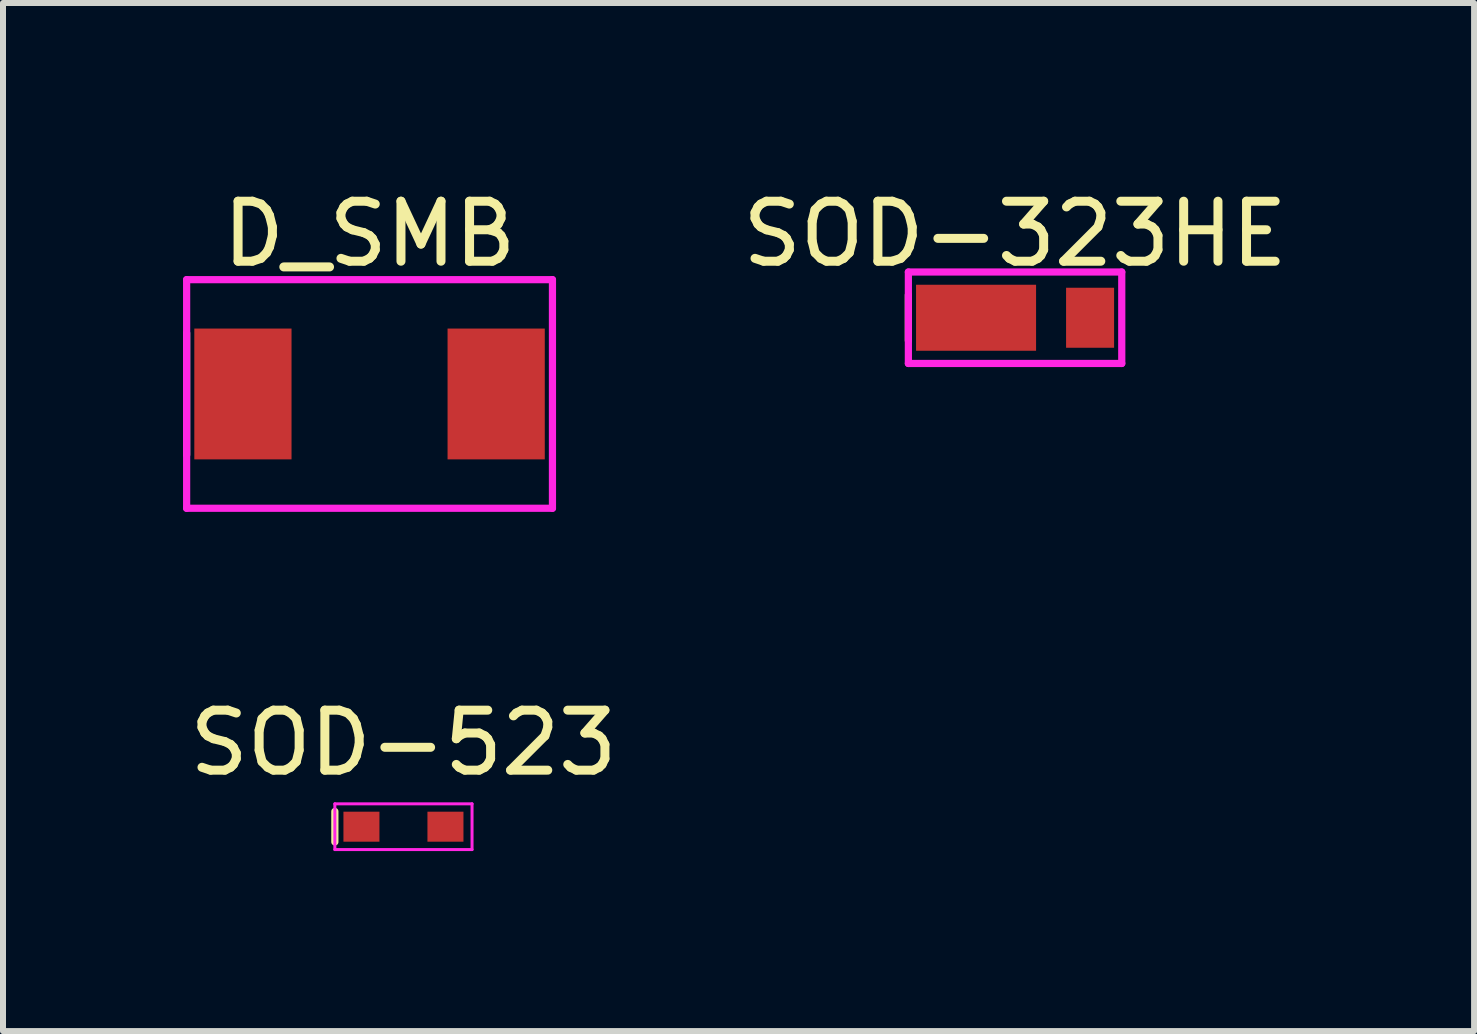
<source format=kicad_pcb>
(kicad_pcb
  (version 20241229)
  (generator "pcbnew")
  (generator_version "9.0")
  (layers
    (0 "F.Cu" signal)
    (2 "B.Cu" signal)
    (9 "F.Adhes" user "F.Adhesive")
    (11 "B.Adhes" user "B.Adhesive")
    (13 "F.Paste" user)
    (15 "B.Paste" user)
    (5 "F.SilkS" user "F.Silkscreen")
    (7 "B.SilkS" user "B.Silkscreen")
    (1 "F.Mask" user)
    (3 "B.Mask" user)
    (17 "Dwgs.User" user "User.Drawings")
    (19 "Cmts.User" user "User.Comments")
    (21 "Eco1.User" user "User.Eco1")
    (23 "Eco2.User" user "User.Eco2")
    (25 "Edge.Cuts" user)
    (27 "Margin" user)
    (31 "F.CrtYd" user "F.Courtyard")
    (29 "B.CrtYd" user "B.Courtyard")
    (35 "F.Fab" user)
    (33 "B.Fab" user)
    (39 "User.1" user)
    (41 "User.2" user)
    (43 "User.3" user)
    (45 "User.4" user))
  (footprint "D_SMB"
    (layer "F.Cu")
    (at 3.108 3.515)
    (property "Reference" "D_SMB" (at 0 -2.667 0) (layer "F.SilkS") (effects (font (size 1 1) (thickness 0.15))))
    (attr through_hole)
    (fp_line (start -3.048 -1.016) (end -3.048 1.016) (stroke (width 0.12) (type solid)) (layer "F.SilkS"))
    (fp_line (start -3.048 -1.905) (end -3.048 1.905) (stroke (width 0.12) (type solid)) (layer "F.CrtYd"))
    (fp_line (start -3.048 1.905) (end 3.048 1.905) (stroke (width 0.12) (type solid)) (layer "F.CrtYd"))
    (fp_line (start 3.048 -1.905) (end -3.048 -1.905) (stroke (width 0.12) (type solid)) (layer "F.CrtYd"))
    (fp_line (start 3.048 -1.905) (end 3.048 1.905) (stroke (width 0.12) (type solid)) (layer "F.CrtYd"))
    (pad "1" smd rect (at -2.11 0) (size 1.62 2.18) (layers "F.Cu" "F.Mask" "F.Paste"))
    (pad "2" smd rect (at 2.11 0) (size 1.62 2.18) (layers "F.Cu" "F.Mask" "F.Paste")))
  (footprint "SOD-323HE"
    (layer "F.Cu")
    (at 13.865 2.245)
    (property "Reference" "SOD-323HE" (at 0 -1.397 0) (layer "F.SilkS") (effects (font (size 1 1) (thickness 0.15))))
    (attr smd)
    (fp_line (start -1.778 -0.381) (end -1.778 0.381) (stroke (width 0.12) (type solid)) (layer "F.SilkS"))
    (fp_line (start -1.778 -0.762) (end -1.778 0.762) (stroke (width 0.12) (type solid)) (layer "F.CrtYd"))
    (fp_line (start -1.778 0.762) (end 1.778 0.762) (stroke (width 0.12) (type solid)) (layer "F.CrtYd"))
    (fp_line (start 1.778 -0.762) (end -1.778 -0.762) (stroke (width 0.12) (type solid)) (layer "F.CrtYd"))
    (fp_line (start 1.778 0.762) (end 1.778 -0.762) (stroke (width 0.12) (type solid)) (layer "F.CrtYd"))
    (pad "1" smd rect (at -0.65 0) (size 2 1.1) (layers "F.Cu" "F.Mask" "F.Paste"))
    (pad "2" smd rect (at 1.25 0) (size 0.8 1) (layers "F.Cu" "F.Mask" "F.Paste")))
  (footprint "SOD-523"
    (layer "F.Cu")
    (at 3.673 10.726)
    (property "Reference" "SOD-523" (at 0 -1.397 0) (layer "F.SilkS") (effects (font (size 1 1) (thickness 0.15))))
    (attr through_hole)
    (fp_line (start -1.143 -0.254) (end -1.143 0.254) (stroke (width 0.12) (type solid)) (layer "F.SilkS"))
    (fp_line (start -1.143 -0.381) (end -1.143 0.381) (stroke (width 0.05) (type solid)) (layer "F.CrtYd"))
    (fp_line (start -1.143 0.381) (end 1.143 0.381) (stroke (width 0.05) (type solid)) (layer "F.CrtYd"))
    (fp_line (start 1.143 -0.381) (end -1.143 -0.381) (stroke (width 0.05) (type solid)) (layer "F.CrtYd"))
    (fp_line (start 1.143 0.381) (end 1.143 -0.381) (stroke (width 0.05) (type solid)) (layer "F.CrtYd"))
    (pad "1" smd rect (at -0.7 0) (size 0.6 0.5) (layers "F.Cu" "F.Mask" "F.Paste"))
    (pad "2" smd rect (at 0.7 0) (size 0.6 0.5) (layers "F.Cu" "F.Mask" "F.Paste")))
  (gr_rect
    (start -3 -3)
    (end 21.514 14.132)
    (stroke (width 0.1) (type default))
    (fill no)
    (layer "Edge.Cuts")))
</source>
